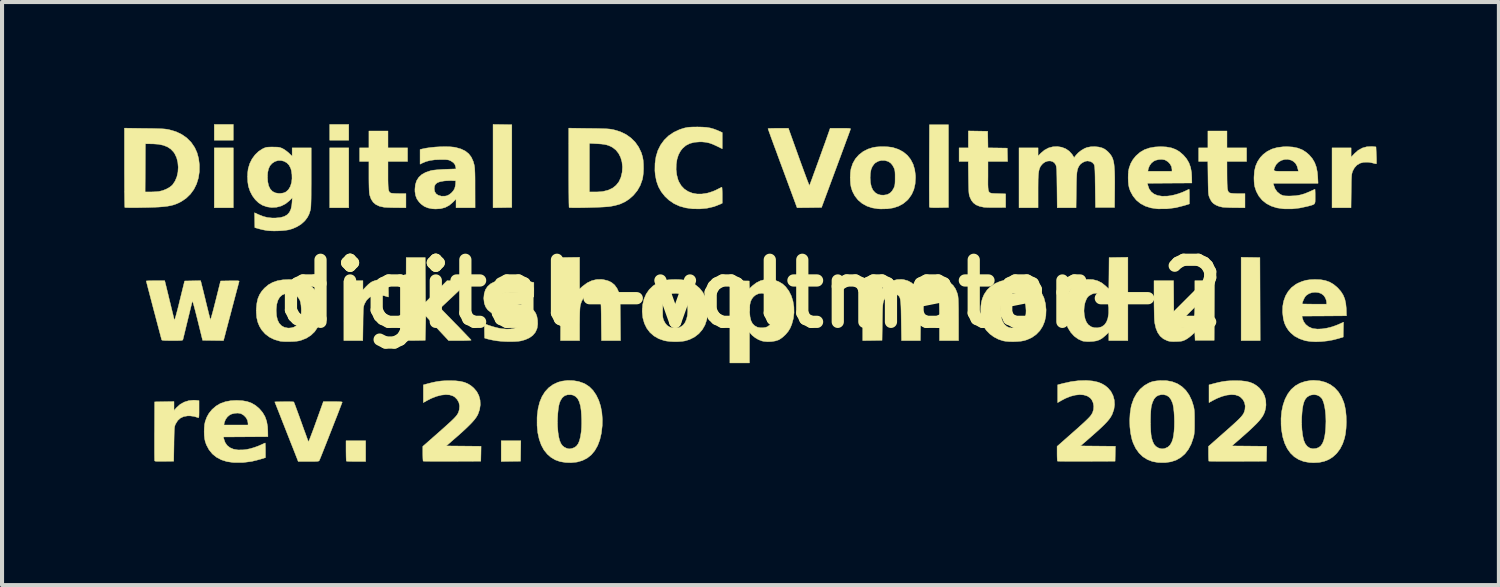
<source format=kicad_pcb>
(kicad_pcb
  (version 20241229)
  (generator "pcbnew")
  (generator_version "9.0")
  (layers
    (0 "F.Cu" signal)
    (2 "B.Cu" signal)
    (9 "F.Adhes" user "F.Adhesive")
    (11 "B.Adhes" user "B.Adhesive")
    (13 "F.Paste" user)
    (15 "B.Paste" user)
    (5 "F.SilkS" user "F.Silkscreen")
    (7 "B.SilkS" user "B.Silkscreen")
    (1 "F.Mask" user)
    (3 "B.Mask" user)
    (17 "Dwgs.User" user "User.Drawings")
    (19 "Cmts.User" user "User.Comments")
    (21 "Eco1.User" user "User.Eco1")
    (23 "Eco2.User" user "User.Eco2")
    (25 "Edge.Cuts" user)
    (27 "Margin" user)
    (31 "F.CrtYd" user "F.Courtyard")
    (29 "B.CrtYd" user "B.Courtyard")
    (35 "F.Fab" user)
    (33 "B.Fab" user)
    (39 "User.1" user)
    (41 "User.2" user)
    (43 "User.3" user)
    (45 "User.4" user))
  (footprint "digital-voltmeter-2"
    (layer "F.Cu")
    (at 15.379 4.163)
    (property "Reference" "digital-voltmeter-2" (at 0 0 0) (layer "F.SilkS") (effects (font (size 1.524 1.524) (thickness 0.3))))
    (attr exclude_from_pos_files exclude_from_bom)
    (fp_poly (pts (xy -12.7 -3.77) (xy -13.168 -3.77) (xy -13.168 -4.158) (xy -12.7 -4.158) (xy -12.7 -3.77)) (stroke (width 0.01) (type solid)) (fill yes) (layer "F.SilkS"))
    (fp_poly (pts (xy -12.7 -2.112) (xy -13.168 -2.112) (xy -13.168 -3.583) (xy -12.7 -3.583) (xy -12.7 -2.112)) (stroke (width 0.01) (type solid)) (fill yes) (layer "F.SilkS"))
    (fp_poly (pts (xy -9.866 -3.77) (xy -10.334 -3.77) (xy -10.334 -4.158) (xy -9.866 -4.158) (xy -9.866 -3.77)) (stroke (width 0.01) (type solid)) (fill yes) (layer "F.SilkS"))
    (fp_poly (pts (xy -9.866 -2.112) (xy -10.334 -2.112) (xy -10.334 -3.583) (xy -9.866 -3.583) (xy -9.866 -2.112)) (stroke (width 0.01) (type solid)) (fill yes) (layer "F.SilkS"))
    (fp_poly (pts (xy -5.648 4.111) (xy -5.885 4.114) (xy -6.123 4.118) (xy -6.123 3.609) (xy -5.641 3.609) (xy -5.648 4.111)) (stroke (width 0.01) (type solid)) (fill yes) (layer "F.SilkS"))
    (fp_poly (pts (xy 12.276 -0.893) (xy 12.506 -0.889) (xy 12.513 1.15) (xy 12.045 1.15) (xy 12.045 -0.896) (xy 12.276 -0.893)) (stroke (width 0.01) (type solid)) (fill yes) (layer "F.SilkS"))
    (fp_poly (pts (xy -6.093 -4.155) (xy -5.862 -4.151) (xy -5.862 -2.119) (xy -6.093 -2.115) (xy -6.323 -2.112) (xy -6.323 -4.158) (xy -6.093 -4.155)) (stroke (width 0.01) (type solid)) (fill yes) (layer "F.SilkS"))
    (fp_poly (pts (xy -9.451 4.117) (xy -9.683 4.117) (xy -9.759 4.117) (xy -9.826 4.116) (xy -9.879 4.114) (xy -9.913 4.111) (xy -9.924 4.109) (xy -9.927 4.093) (xy -9.929 4.055) (xy -9.931 3.999) (xy -9.932 3.93) (xy -9.933 3.855) (xy -9.933 3.609) (xy -9.451 3.609) (xy -9.451 4.117)) (stroke (width 0.01) (type solid)) (fill yes) (layer "F.SilkS"))
    (fp_poly (pts (xy 4.859 -2.119) (xy 4.629 -2.115) (xy 4.54 -2.114) (xy 4.475 -2.115) (xy 4.431 -2.117) (xy 4.404 -2.121) (xy 4.392 -2.127) (xy 4.391 -2.129) (xy 4.39 -2.144) (xy 4.389 -2.185) (xy 4.389 -2.248) (xy 4.388 -2.331) (xy 4.388 -2.433) (xy 4.387 -2.551) (xy 4.387 -2.682) (xy 4.387 -2.826) (xy 4.388 -2.98) (xy 4.388 -3.141) (xy 4.388 -3.148) (xy 4.392 -4.151) (xy 4.859 -4.151) (xy 4.859 -2.119)) (stroke (width 0.01) (type solid)) (fill yes) (layer "F.SilkS"))
    (fp_poly (pts (xy 15.284 -3.614) (xy 15.356 -3.606) (xy 15.365 -3.406) (xy 15.368 -3.335) (xy 15.369 -3.274) (xy 15.369 -3.227) (xy 15.368 -3.199) (xy 15.367 -3.194) (xy 15.351 -3.192) (xy 15.32 -3.198) (xy 15.303 -3.203) (xy 15.258 -3.215) (xy 15.201 -3.226) (xy 15.159 -3.231) (xy 15.054 -3.229) (xy 14.963 -3.205) (xy 14.886 -3.158) (xy 14.825 -3.09) (xy 14.784 -3.013) (xy 14.776 -2.989) (xy 14.769 -2.967) (xy 14.763 -2.941) (xy 14.759 -2.909) (xy 14.756 -2.867) (xy 14.753 -2.812) (xy 14.751 -2.741) (xy 14.75 -2.65) (xy 14.748 -2.536) (xy 14.748 -2.523) (xy 14.743 -2.112) (xy 14.277 -2.112) (xy 14.277 -3.583) (xy 14.745 -3.583) (xy 14.745 -3.354) (xy 14.827 -3.441) (xy 14.919 -3.523) (xy 15.021 -3.579) (xy 15.132 -3.61) (xy 15.252 -3.616) (xy 15.284 -3.614)) (stroke (width 0.01) (type solid)) (fill yes) (layer "F.SilkS"))
    (fp_poly (pts (xy -8.976 -0.352) (xy -8.907 -0.344) (xy -8.899 -0.236) (xy -8.895 -0.183) (xy -8.893 -0.124) (xy -8.891 -0.063) (xy -8.89 -0.006) (xy -8.89 0.04) (xy -8.891 0.071) (xy -8.893 0.08) (xy -8.907 0.076) (xy -8.939 0.067) (xy -8.981 0.053) (xy -9.091 0.03) (xy -9.193 0.029) (xy -9.285 0.051) (xy -9.364 0.094) (xy -9.428 0.158) (xy -9.476 0.242) (xy -9.479 0.249) (xy -9.488 0.272) (xy -9.495 0.295) (xy -9.501 0.321) (xy -9.505 0.353) (xy -9.508 0.395) (xy -9.51 0.45) (xy -9.512 0.521) (xy -9.514 0.612) (xy -9.515 0.726) (xy -9.515 0.739) (xy -9.521 1.15) (xy -9.986 1.15) (xy -9.986 -0.321) (xy -9.518 -0.321) (xy -9.518 -0.093) (xy -9.437 -0.18) (xy -9.381 -0.234) (xy -9.324 -0.278) (xy -9.287 -0.3) (xy -9.204 -0.33) (xy -9.109 -0.349) (xy -9.016 -0.355) (xy -8.976 -0.352)) (stroke (width 0.01) (type solid)) (fill yes) (layer "F.SilkS"))
    (fp_poly (pts (xy -8.903 -3.583) (xy -8.422 -3.583) (xy -8.422 -3.249) (xy -8.903 -3.249) (xy -8.903 -2.914) (xy -8.903 -2.797) (xy -8.901 -2.703) (xy -8.898 -2.63) (xy -8.893 -2.575) (xy -8.885 -2.536) (xy -8.874 -2.508) (xy -8.859 -2.49) (xy -8.84 -2.477) (xy -8.83 -2.473) (xy -8.803 -2.468) (xy -8.756 -2.464) (xy -8.696 -2.461) (xy -8.628 -2.46) (xy -8.462 -2.46) (xy -8.462 -2.112) (xy -8.7 -2.114) (xy -8.782 -2.115) (xy -8.86 -2.117) (xy -8.929 -2.12) (xy -8.981 -2.123) (xy -9.005 -2.126) (xy -9.113 -2.15) (xy -9.2 -2.191) (xy -9.267 -2.248) (xy -9.317 -2.325) (xy -9.351 -2.421) (xy -9.356 -2.444) (xy -9.361 -2.48) (xy -9.365 -2.54) (xy -9.368 -2.62) (xy -9.37 -2.718) (xy -9.371 -2.829) (xy -9.371 -2.882) (xy -9.371 -3.249) (xy -9.599 -3.249) (xy -9.599 -3.583) (xy -9.371 -3.583) (xy -9.371 -3.997) (xy -8.903 -3.997) (xy -8.903 -3.583)) (stroke (width 0.01) (type solid)) (fill yes) (layer "F.SilkS"))
    (fp_poly (pts (xy -7.984 -0.341) (xy -7.981 0.207) (xy -7.716 -0.057) (xy -7.452 -0.321) (xy -7.18 -0.318) (xy -6.908 -0.314) (xy -7.618 0.352) (xy -7.242 0.739) (xy -7.159 0.823) (xy -7.083 0.902) (xy -7.015 0.973) (xy -6.957 1.034) (xy -6.911 1.082) (xy -6.878 1.117) (xy -6.862 1.135) (xy -6.86 1.138) (xy -6.872 1.141) (xy -6.906 1.145) (xy -6.962 1.147) (xy -7.034 1.149) (xy -7.12 1.15) (xy -7.135 1.15) (xy -7.413 1.15) (xy -7.694 0.849) (xy -7.974 0.548) (xy -7.981 0.846) (xy -7.988 1.143) (xy -8.219 1.147) (xy -8.307 1.148) (xy -8.372 1.147) (xy -8.416 1.145) (xy -8.443 1.141) (xy -8.455 1.135) (xy -8.456 1.133) (xy -8.457 1.117) (xy -8.458 1.077) (xy -8.459 1.014) (xy -8.459 0.931) (xy -8.46 0.829) (xy -8.46 0.711) (xy -8.46 0.579) (xy -8.46 0.436) (xy -8.459 0.282) (xy -8.459 0.121) (xy -8.459 0.114) (xy -8.456 -0.889) (xy -7.988 -0.889) (xy -7.984 -0.341)) (stroke (width 0.01) (type solid)) (fill yes) (layer "F.SilkS"))
    (fp_poly (pts (xy 5.585 -3.994) (xy 5.822 -3.99) (xy 5.826 -3.787) (xy 5.829 -3.583) (xy 6.066 -3.58) (xy 6.303 -3.576) (xy 6.307 -3.412) (xy 6.311 -3.249) (xy 5.829 -3.249) (xy 5.829 -2.889) (xy 5.828 -2.772) (xy 5.828 -2.678) (xy 5.831 -2.606) (xy 5.836 -2.553) (xy 5.847 -2.514) (xy 5.865 -2.489) (xy 5.891 -2.474) (xy 5.927 -2.466) (xy 5.974 -2.463) (xy 6.034 -2.461) (xy 6.071 -2.46) (xy 6.263 -2.453) (xy 6.263 -2.119) (xy 6.029 -2.117) (xy 5.947 -2.117) (xy 5.869 -2.118) (xy 5.801 -2.12) (xy 5.75 -2.123) (xy 5.727 -2.125) (xy 5.621 -2.148) (xy 5.538 -2.182) (xy 5.472 -2.231) (xy 5.421 -2.296) (xy 5.384 -2.376) (xy 5.376 -2.4) (xy 5.369 -2.425) (xy 5.364 -2.455) (xy 5.36 -2.492) (xy 5.357 -2.54) (xy 5.355 -2.604) (xy 5.353 -2.685) (xy 5.351 -2.788) (xy 5.35 -2.851) (xy 5.345 -3.249) (xy 5.12 -3.249) (xy 5.12 -3.583) (xy 5.347 -3.583) (xy 5.347 -3.998) (xy 5.585 -3.994)) (stroke (width 0.01) (type solid)) (fill yes) (layer "F.SilkS"))
    (fp_poly (pts (xy 11.697 -3.583) (xy 12.179 -3.583) (xy 12.179 -3.249) (xy 11.697 -3.249) (xy 11.698 -2.918) (xy 11.699 -2.801) (xy 11.701 -2.707) (xy 11.704 -2.635) (xy 11.709 -2.58) (xy 11.717 -2.54) (xy 11.728 -2.512) (xy 11.742 -2.493) (xy 11.759 -2.48) (xy 11.764 -2.477) (xy 11.796 -2.469) (xy 11.853 -2.463) (xy 11.933 -2.46) (xy 11.968 -2.46) (xy 12.139 -2.46) (xy 12.139 -2.112) (xy 11.901 -2.114) (xy 11.817 -2.115) (xy 11.737 -2.117) (xy 11.666 -2.121) (xy 11.61 -2.124) (xy 11.584 -2.127) (xy 11.504 -2.146) (xy 11.428 -2.177) (xy 11.366 -2.216) (xy 11.329 -2.253) (xy 11.303 -2.292) (xy 11.277 -2.342) (xy 11.266 -2.369) (xy 11.257 -2.391) (xy 11.251 -2.413) (xy 11.246 -2.44) (xy 11.242 -2.474) (xy 11.239 -2.519) (xy 11.237 -2.578) (xy 11.235 -2.654) (xy 11.233 -2.752) (xy 11.232 -2.844) (xy 11.227 -3.249) (xy 11.002 -3.249) (xy 11.002 -3.583) (xy 11.229 -3.583) (xy 11.229 -3.997) (xy 11.697 -3.997) (xy 11.697 -3.583)) (stroke (width 0.01) (type solid)) (fill yes) (layer "F.SilkS"))
    (fp_poly (pts (xy -13.616 2.616) (xy -13.542 2.624) (xy -13.542 2.837) (xy -13.542 2.917) (xy -13.543 2.974) (xy -13.545 3.011) (xy -13.549 3.033) (xy -13.554 3.042) (xy -13.562 3.043) (xy -13.566 3.041) (xy -13.659 3.012) (xy -13.758 2.998) (xy -13.823 2.998) (xy -13.92 3.015) (xy -14 3.053) (xy -14.065 3.112) (xy -14.116 3.194) (xy -14.12 3.202) (xy -14.128 3.221) (xy -14.135 3.241) (xy -14.141 3.264) (xy -14.145 3.294) (xy -14.148 3.334) (xy -14.151 3.386) (xy -14.153 3.455) (xy -14.155 3.543) (xy -14.157 3.654) (xy -14.157 3.69) (xy -14.164 4.111) (xy -14.395 4.114) (xy -14.483 4.115) (xy -14.548 4.115) (xy -14.593 4.113) (xy -14.619 4.109) (xy -14.631 4.103) (xy -14.632 4.101) (xy -14.633 4.085) (xy -14.634 4.044) (xy -14.635 3.982) (xy -14.636 3.901) (xy -14.636 3.803) (xy -14.636 3.691) (xy -14.636 3.567) (xy -14.636 3.434) (xy -14.635 3.369) (xy -14.632 2.654) (xy -14.394 2.65) (xy -14.157 2.646) (xy -14.157 2.866) (xy -14.09 2.791) (xy -14.004 2.714) (xy -13.904 2.659) (xy -13.792 2.624) (xy -13.673 2.613) (xy -13.616 2.616)) (stroke (width 0.01) (type solid)) (fill yes) (layer "F.SilkS"))
    (fp_poly (pts (xy -4.198 -0.118) (xy -4.121 -0.187) (xy -4.014 -0.266) (xy -3.9 -0.321) (xy -3.782 -0.35) (xy -3.659 -0.353) (xy -3.613 -0.347) (xy -3.503 -0.32) (xy -3.413 -0.277) (xy -3.338 -0.215) (xy -3.278 -0.131) (xy -3.232 -0.03) (xy -3.224 -0.01) (xy -3.219 0.011) (xy -3.214 0.034) (xy -3.21 0.064) (xy -3.207 0.102) (xy -3.205 0.152) (xy -3.203 0.216) (xy -3.201 0.296) (xy -3.2 0.397) (xy -3.199 0.52) (xy -3.198 0.598) (xy -3.193 1.15) (xy -3.66 1.15) (xy -3.666 0.658) (xy -3.667 0.521) (xy -3.669 0.409) (xy -3.671 0.317) (xy -3.675 0.245) (xy -3.679 0.188) (xy -3.686 0.145) (xy -3.695 0.113) (xy -3.706 0.089) (xy -3.72 0.07) (xy -3.738 0.054) (xy -3.756 0.04) (xy -3.818 0.012) (xy -3.889 0.003) (xy -3.963 0.012) (xy -4.032 0.04) (xy -4.064 0.062) (xy -4.11 0.115) (xy -4.149 0.187) (xy -4.177 0.271) (xy -4.183 0.3) (xy -4.187 0.336) (xy -4.191 0.395) (xy -4.194 0.473) (xy -4.196 0.565) (xy -4.197 0.669) (xy -4.198 0.764) (xy -4.198 1.15) (xy -4.666 1.15) (xy -4.659 -0.889) (xy -4.428 -0.893) (xy -4.198 -0.896) (xy -4.198 -0.118)) (stroke (width 0.01) (type solid)) (fill yes) (layer "F.SilkS"))
    (fp_poly (pts (xy 10.39 0.177) (xy 10.391 0.306) (xy 10.392 0.411) (xy 10.393 0.495) (xy 10.395 0.561) (xy 10.397 0.61) (xy 10.4 0.647) (xy 10.404 0.674) (xy 10.408 0.694) (xy 10.414 0.709) (xy 10.421 0.722) (xy 10.465 0.773) (xy 10.526 0.808) (xy 10.595 0.823) (xy 10.633 0.822) (xy 10.703 0.807) (xy 10.758 0.78) (xy 10.809 0.733) (xy 10.819 0.722) (xy 10.842 0.693) (xy 10.861 0.663) (xy 10.876 0.63) (xy 10.887 0.59) (xy 10.896 0.541) (xy 10.902 0.479) (xy 10.905 0.401) (xy 10.908 0.305) (xy 10.908 0.186) (xy 10.909 0.096) (xy 10.909 -0.321) (xy 11.39 -0.321) (xy 11.383 1.143) (xy 10.915 1.143) (xy 10.911 1.045) (xy 10.907 0.947) (xy 10.828 1.021) (xy 10.778 1.062) (xy 10.722 1.102) (xy 10.672 1.131) (xy 10.672 1.131) (xy 10.633 1.148) (xy 10.597 1.16) (xy 10.556 1.167) (xy 10.501 1.171) (xy 10.447 1.173) (xy 10.373 1.174) (xy 10.317 1.171) (xy 10.273 1.164) (xy 10.233 1.153) (xy 10.231 1.152) (xy 10.136 1.106) (xy 10.058 1.04) (xy 9.997 0.954) (xy 9.953 0.847) (xy 9.924 0.72) (xy 9.92 0.685) (xy 9.916 0.643) (xy 9.913 0.578) (xy 9.911 0.495) (xy 9.909 0.398) (xy 9.907 0.292) (xy 9.906 0.18) (xy 9.906 0.124) (xy 9.906 -0.321) (xy 10.386 -0.321) (xy 10.39 0.177)) (stroke (width 0.01) (type solid)) (fill yes) (layer "F.SilkS"))
    (fp_poly (pts (xy 2.296 -4.064) (xy 2.361 -4.063) (xy 2.406 -4.062) (xy 2.434 -4.059) (xy 2.45 -4.055) (xy 2.455 -4.049) (xy 2.454 -4.041) (xy 2.448 -4.025) (xy 2.434 -3.985) (xy 2.412 -3.925) (xy 2.383 -3.846) (xy 2.347 -3.75) (xy 2.306 -3.638) (xy 2.26 -3.514) (xy 2.21 -3.378) (xy 2.156 -3.233) (xy 2.1 -3.081) (xy 2.095 -3.068) (xy 1.743 -2.119) (xy 1.443 -2.115) (xy 1.142 -2.112) (xy 0.785 -3.078) (xy 0.728 -3.231) (xy 0.674 -3.378) (xy 0.624 -3.515) (xy 0.577 -3.64) (xy 0.536 -3.753) (xy 0.5 -3.851) (xy 0.471 -3.932) (xy 0.449 -3.994) (xy 0.434 -4.035) (xy 0.428 -4.053) (xy 0.428 -4.054) (xy 0.44 -4.057) (xy 0.476 -4.06) (xy 0.529 -4.062) (xy 0.598 -4.063) (xy 0.676 -4.064) (xy 0.678 -4.064) (xy 0.929 -4.064) (xy 1.183 -3.356) (xy 1.23 -3.225) (xy 1.275 -3.103) (xy 1.316 -2.991) (xy 1.353 -2.891) (xy 1.385 -2.806) (xy 1.411 -2.739) (xy 1.43 -2.69) (xy 1.442 -2.663) (xy 1.446 -2.658) (xy 1.452 -2.671) (xy 1.465 -2.707) (xy 1.486 -2.763) (xy 1.513 -2.835) (xy 1.544 -2.922) (xy 1.58 -3.02) (xy 1.619 -3.127) (xy 1.66 -3.24) (xy 1.702 -3.357) (xy 1.744 -3.473) (xy 1.785 -3.588) (xy 1.825 -3.697) (xy 1.861 -3.799) (xy 1.893 -3.89) (xy 1.921 -3.969) (xy 1.934 -4.007) (xy 1.954 -4.064) (xy 2.208 -4.064) (xy 2.296 -4.064)) (stroke (width 0.01) (type solid)) (fill yes) (layer "F.SilkS"))
    (fp_poly (pts (xy -10.174 2.648) (xy -10.106 2.65) (xy -10.057 2.653) (xy -10.03 2.657) (xy -10.026 2.66) (xy -10.031 2.674) (xy -10.045 2.711) (xy -10.066 2.766) (xy -10.094 2.839) (xy -10.127 2.926) (xy -10.165 3.024) (xy -10.207 3.13) (xy -10.251 3.242) (xy -10.296 3.358) (xy -10.342 3.474) (xy -10.386 3.587) (xy -10.429 3.696) (xy -10.469 3.797) (xy -10.505 3.888) (xy -10.536 3.965) (xy -10.561 4.027) (xy -10.579 4.07) (xy -10.588 4.091) (xy -10.589 4.093) (xy -10.595 4.101) (xy -10.607 4.108) (xy -10.626 4.112) (xy -10.658 4.115) (xy -10.706 4.117) (xy -10.774 4.117) (xy -10.854 4.117) (xy -11.107 4.117) (xy -11.234 3.793) (xy -11.274 3.693) (xy -11.32 3.576) (xy -11.371 3.447) (xy -11.423 3.314) (xy -11.474 3.185) (xy -11.521 3.065) (xy -11.522 3.061) (xy -11.683 2.654) (xy -11.454 2.65) (xy -11.378 2.649) (xy -11.312 2.65) (xy -11.259 2.652) (xy -11.226 2.654) (xy -11.215 2.657) (xy -11.209 2.671) (xy -11.194 2.708) (xy -11.173 2.764) (xy -11.146 2.838) (xy -11.114 2.925) (xy -11.078 3.023) (xy -11.04 3.129) (xy -11.035 3.142) (xy -10.997 3.249) (xy -10.961 3.349) (xy -10.928 3.438) (xy -10.901 3.513) (xy -10.879 3.573) (xy -10.864 3.613) (xy -10.857 3.632) (xy -10.857 3.632) (xy -10.85 3.624) (xy -10.836 3.592) (xy -10.815 3.541) (xy -10.789 3.472) (xy -10.757 3.388) (xy -10.721 3.292) (xy -10.683 3.186) (xy -10.669 3.148) (xy -10.489 2.647) (xy -10.258 2.647) (xy -10.174 2.648)) (stroke (width 0.01) (type solid)) (fill yes) (layer "F.SilkS"))
    (fp_poly (pts (xy 8.262 2.13) (xy 8.398 2.142) (xy 8.513 2.166) (xy 8.611 2.201) (xy 8.698 2.25) (xy 8.776 2.314) (xy 8.849 2.4) (xy 8.9 2.5) (xy 8.93 2.609) (xy 8.937 2.723) (xy 8.921 2.839) (xy 8.881 2.953) (xy 8.879 2.959) (xy 8.856 3.002) (xy 8.83 3.045) (xy 8.797 3.09) (xy 8.755 3.139) (xy 8.704 3.193) (xy 8.641 3.256) (xy 8.564 3.328) (xy 8.471 3.412) (xy 8.361 3.509) (xy 8.271 3.588) (xy 8.1 3.736) (xy 8.529 3.74) (xy 8.958 3.744) (xy 8.954 3.927) (xy 8.95 4.111) (xy 8.247 4.114) (xy 8.113 4.115) (xy 7.986 4.115) (xy 7.87 4.115) (xy 7.768 4.114) (xy 7.681 4.113) (xy 7.612 4.112) (xy 7.563 4.111) (xy 7.538 4.109) (xy 7.535 4.109) (xy 7.532 4.093) (xy 7.529 4.055) (xy 7.527 4.001) (xy 7.526 3.937) (xy 7.526 3.923) (xy 7.526 3.747) (xy 7.9 3.417) (xy 8.009 3.321) (xy 8.099 3.24) (xy 8.173 3.173) (xy 8.232 3.118) (xy 8.279 3.072) (xy 8.316 3.034) (xy 8.344 3.002) (xy 8.365 2.973) (xy 8.382 2.946) (xy 8.397 2.919) (xy 8.397 2.918) (xy 8.421 2.841) (xy 8.426 2.759) (xy 8.412 2.679) (xy 8.38 2.607) (xy 8.34 2.558) (xy 8.269 2.511) (xy 8.182 2.484) (xy 8.083 2.476) (xy 7.973 2.488) (xy 7.855 2.518) (xy 7.731 2.568) (xy 7.619 2.627) (xy 7.54 2.673) (xy 7.54 2.236) (xy 7.67 2.202) (xy 7.868 2.158) (xy 8.058 2.134) (xy 8.237 2.129) (xy 8.262 2.13)) (stroke (width 0.01) (type solid)) (fill yes) (layer "F.SilkS"))
    (fp_poly (pts (xy -7.244 2.137) (xy -7.13 2.15) (xy -7.033 2.172) (xy -6.948 2.206) (xy -6.872 2.252) (xy -6.799 2.313) (xy -6.796 2.316) (xy -6.722 2.403) (xy -6.671 2.502) (xy -6.642 2.611) (xy -6.636 2.725) (xy -6.653 2.842) (xy -6.693 2.957) (xy -6.708 2.986) (xy -6.739 3.037) (xy -6.782 3.094) (xy -6.839 3.159) (xy -6.912 3.234) (xy -7.001 3.32) (xy -7.109 3.419) (xy -7.237 3.532) (xy -7.242 3.536) (xy -7.472 3.736) (xy -7.045 3.74) (xy -6.617 3.744) (xy -6.62 3.927) (xy -6.624 4.111) (xy -7.327 4.114) (xy -7.462 4.115) (xy -7.588 4.115) (xy -7.704 4.115) (xy -7.807 4.114) (xy -7.894 4.113) (xy -7.963 4.112) (xy -8.011 4.111) (xy -8.036 4.109) (xy -8.039 4.109) (xy -8.042 4.093) (xy -8.045 4.055) (xy -8.047 4.001) (xy -8.048 3.937) (xy -8.048 3.923) (xy -8.048 3.747) (xy -7.683 3.426) (xy -7.57 3.326) (xy -7.475 3.241) (xy -7.397 3.17) (xy -7.333 3.111) (xy -7.283 3.062) (xy -7.244 3.02) (xy -7.214 2.984) (xy -7.193 2.952) (xy -7.177 2.922) (xy -7.166 2.892) (xy -7.157 2.86) (xy -7.152 2.84) (xy -7.145 2.754) (xy -7.162 2.671) (xy -7.202 2.598) (xy -7.26 2.538) (xy -7.303 2.511) (xy -7.386 2.483) (xy -7.484 2.476) (xy -7.594 2.488) (xy -7.714 2.519) (xy -7.841 2.569) (xy -7.958 2.629) (xy -8.034 2.672) (xy -8.034 2.237) (xy -7.931 2.209) (xy -7.809 2.178) (xy -7.701 2.156) (xy -7.599 2.142) (xy -7.492 2.135) (xy -7.379 2.133) (xy -7.244 2.137)) (stroke (width 0.01) (type solid)) (fill yes) (layer "F.SilkS"))
    (fp_poly (pts (xy -1.187 -4.093) (xy -1.083 -4.086) (xy -0.992 -4.071) (xy -0.906 -4.047) (xy -0.818 -4.014) (xy -0.78 -3.997) (xy -0.695 -3.959) (xy -0.695 -3.56) (xy -0.826 -3.625) (xy -0.924 -3.67) (xy -1.011 -3.701) (xy -1.095 -3.72) (xy -1.186 -3.729) (xy -1.246 -3.73) (xy -1.377 -3.72) (xy -1.49 -3.691) (xy -1.587 -3.642) (xy -1.668 -3.572) (xy -1.717 -3.511) (xy -1.77 -3.414) (xy -1.806 -3.3) (xy -1.825 -3.176) (xy -1.828 -3.048) (xy -1.813 -2.921) (xy -1.781 -2.8) (xy -1.759 -2.747) (xy -1.701 -2.65) (xy -1.626 -2.572) (xy -1.535 -2.512) (xy -1.431 -2.471) (xy -1.316 -2.45) (xy -1.193 -2.45) (xy -1.064 -2.47) (xy -0.931 -2.511) (xy -0.842 -2.55) (xy -0.789 -2.577) (xy -0.745 -2.599) (xy -0.715 -2.613) (xy -0.705 -2.618) (xy -0.702 -2.607) (xy -0.699 -2.574) (xy -0.697 -2.523) (xy -0.695 -2.459) (xy -0.695 -2.423) (xy -0.695 -2.224) (xy -0.745 -2.2) (xy -0.899 -2.14) (xy -1.068 -2.101) (xy -1.248 -2.084) (xy -1.424 -2.087) (xy -1.593 -2.11) (xy -1.744 -2.152) (xy -1.881 -2.215) (xy -2.005 -2.3) (xy -2.101 -2.39) (xy -2.192 -2.504) (xy -2.262 -2.629) (xy -2.311 -2.768) (xy -2.34 -2.922) (xy -2.349 -3.021) (xy -2.346 -3.2) (xy -2.322 -3.366) (xy -2.276 -3.518) (xy -2.208 -3.654) (xy -2.12 -3.775) (xy -2.013 -3.879) (xy -1.886 -3.965) (xy -1.74 -4.033) (xy -1.637 -4.066) (xy -1.59 -4.077) (xy -1.543 -4.086) (xy -1.491 -4.091) (xy -1.426 -4.094) (xy -1.343 -4.095) (xy -1.31 -4.096) (xy -1.187 -4.093)) (stroke (width 0.01) (type solid)) (fill yes) (layer "F.SilkS"))
    (fp_poly (pts (xy 9.264 1.15) (xy 8.796 1.15) (xy 8.796 0.945) (xy 8.717 1.021) (xy 8.643 1.084) (xy 8.572 1.128) (xy 8.496 1.155) (xy 8.407 1.169) (xy 8.342 1.172) (xy 8.249 1.172) (xy 8.179 1.166) (xy 8.145 1.158) (xy 8.041 1.11) (xy 7.946 1.04) (xy 7.863 0.949) (xy 7.795 0.841) (xy 7.744 0.719) (xy 7.719 0.628) (xy 7.705 0.526) (xy 7.701 0.421) (xy 8.186 0.421) (xy 8.194 0.521) (xy 8.214 0.615) (xy 8.246 0.696) (xy 8.291 0.759) (xy 8.299 0.766) (xy 8.364 0.811) (xy 8.442 0.834) (xy 8.525 0.836) (xy 8.606 0.816) (xy 8.632 0.804) (xy 8.693 0.759) (xy 8.739 0.693) (xy 8.772 0.606) (xy 8.79 0.496) (xy 8.792 0.468) (xy 8.792 0.341) (xy 8.776 0.232) (xy 8.743 0.142) (xy 8.695 0.072) (xy 8.631 0.023) (xy 8.552 -0.004) (xy 8.514 -0.009) (xy 8.462 -0.012) (xy 8.423 -0.007) (xy 8.384 0.008) (xy 8.355 0.023) (xy 8.308 0.051) (xy 8.276 0.082) (xy 8.249 0.126) (xy 8.245 0.134) (xy 8.211 0.222) (xy 8.192 0.32) (xy 8.186 0.421) (xy 7.701 0.421) (xy 7.701 0.412) (xy 7.708 0.295) (xy 7.724 0.186) (xy 7.745 0.103) (xy 7.8 -0.024) (xy 7.87 -0.132) (xy 7.955 -0.22) (xy 8.052 -0.287) (xy 8.159 -0.332) (xy 8.275 -0.353) (xy 8.397 -0.349) (xy 8.401 -0.349) (xy 8.516 -0.32) (xy 8.62 -0.269) (xy 8.716 -0.193) (xy 8.716 -0.193) (xy 8.796 -0.117) (xy 8.8 -0.503) (xy 8.803 -0.889) (xy 9.034 -0.893) (xy 9.264 -0.896) (xy 9.264 1.15)) (stroke (width 0.01) (type solid)) (fill yes) (layer "F.SilkS"))
    (fp_poly (pts (xy 12.047 2.137) (xy 12.16 2.15) (xy 12.258 2.172) (xy 12.342 2.206) (xy 12.419 2.252) (xy 12.492 2.313) (xy 12.495 2.316) (xy 12.568 2.403) (xy 12.62 2.504) (xy 12.649 2.615) (xy 12.655 2.732) (xy 12.647 2.801) (xy 12.636 2.855) (xy 12.621 2.906) (xy 12.6 2.956) (xy 12.573 3.006) (xy 12.536 3.059) (xy 12.49 3.117) (xy 12.431 3.181) (xy 12.359 3.252) (xy 12.273 3.334) (xy 12.169 3.428) (xy 12.048 3.535) (xy 11.947 3.623) (xy 11.817 3.736) (xy 12.245 3.74) (xy 12.674 3.744) (xy 12.67 3.927) (xy 12.667 4.111) (xy 11.964 4.114) (xy 11.829 4.115) (xy 11.703 4.115) (xy 11.587 4.115) (xy 11.484 4.114) (xy 11.397 4.113) (xy 11.328 4.112) (xy 11.28 4.111) (xy 11.255 4.109) (xy 11.252 4.109) (xy 11.249 4.093) (xy 11.246 4.055) (xy 11.244 4.001) (xy 11.243 3.937) (xy 11.243 3.923) (xy 11.243 3.747) (xy 11.61 3.423) (xy 11.724 3.323) (xy 11.819 3.238) (xy 11.897 3.167) (xy 11.96 3.108) (xy 12.011 3.058) (xy 12.05 3.015) (xy 12.079 2.979) (xy 12.101 2.946) (xy 12.116 2.915) (xy 12.127 2.884) (xy 12.136 2.85) (xy 12.139 2.84) (xy 12.145 2.754) (xy 12.128 2.671) (xy 12.089 2.598) (xy 12.03 2.538) (xy 11.988 2.511) (xy 11.905 2.483) (xy 11.807 2.476) (xy 11.697 2.488) (xy 11.577 2.519) (xy 11.45 2.569) (xy 11.333 2.629) (xy 11.256 2.672) (xy 11.256 2.237) (xy 11.36 2.209) (xy 11.482 2.178) (xy 11.589 2.156) (xy 11.692 2.142) (xy 11.799 2.135) (xy 11.911 2.133) (xy 12.047 2.137)) (stroke (width 0.01) (type solid)) (fill yes) (layer "F.SilkS"))
    (fp_poly (pts (xy 0.581 -0.338) (xy 0.689 -0.299) (xy 0.789 -0.239) (xy 0.861 -0.173) (xy 0.939 -0.069) (xy 1 0.051) (xy 1.041 0.182) (xy 1.064 0.322) (xy 1.067 0.466) (xy 1.05 0.609) (xy 1.012 0.748) (xy 0.973 0.842) (xy 0.925 0.922) (xy 0.861 0.999) (xy 0.787 1.067) (xy 0.712 1.12) (xy 0.686 1.133) (xy 0.609 1.158) (xy 0.518 1.173) (xy 0.42 1.177) (xy 0.327 1.169) (xy 0.273 1.157) (xy 0.192 1.125) (xy 0.112 1.078) (xy 0.043 1.023) (xy 0.013 0.991) (xy -0.027 0.943) (xy -0.027 1.698) (xy -0.508 1.698) (xy -0.508 0.371) (xy -0.025 0.371) (xy -0.024 0.45) (xy -0.013 0.565) (xy 0.009 0.657) (xy 0.045 0.729) (xy 0.096 0.782) (xy 0.161 0.818) (xy 0.175 0.823) (xy 0.236 0.834) (xy 0.305 0.835) (xy 0.37 0.825) (xy 0.412 0.81) (xy 0.467 0.77) (xy 0.512 0.71) (xy 0.537 0.662) (xy 0.55 0.632) (xy 0.559 0.602) (xy 0.564 0.568) (xy 0.567 0.521) (xy 0.568 0.458) (xy 0.568 0.408) (xy 0.567 0.331) (xy 0.566 0.276) (xy 0.562 0.235) (xy 0.556 0.204) (xy 0.546 0.177) (xy 0.536 0.157) (xy 0.488 0.084) (xy 0.425 0.031) (xy 0.354 -0.002) (xy 0.277 -0.014) (xy 0.201 -0.005) (xy 0.127 0.028) (xy 0.072 0.073) (xy 0.029 0.129) (xy -0.001 0.194) (xy -0.018 0.274) (xy -0.025 0.371) (xy -0.508 0.371) (xy -0.508 -0.321) (xy -0.271 -0.318) (xy -0.033 -0.314) (xy -0.03 -0.22) (xy -0.026 -0.127) (xy 0.045 -0.195) (xy 0.139 -0.268) (xy 0.243 -0.32) (xy 0.354 -0.348) (xy 0.468 -0.354) (xy 0.581 -0.338)) (stroke (width 0.01) (type solid)) (fill yes) (layer "F.SilkS"))
    (fp_poly (pts (xy -12.479 2.625) (xy -12.357 2.647) (xy -12.25 2.686) (xy -12.153 2.743) (xy -12.063 2.82) (xy -12.06 2.823) (xy -11.981 2.916) (xy -11.922 3.017) (xy -11.882 3.13) (xy -11.859 3.259) (xy -11.853 3.369) (xy -11.851 3.509) (xy -12.943 3.516) (xy -12.934 3.559) (xy -12.902 3.651) (xy -12.852 3.724) (xy -12.782 3.779) (xy -12.694 3.816) (xy -12.587 3.834) (xy -12.464 3.833) (xy -12.379 3.823) (xy -12.288 3.804) (xy -12.186 3.774) (xy -12.086 3.738) (xy -12.002 3.701) (xy -11.961 3.682) (xy -11.931 3.668) (xy -11.918 3.663) (xy -11.916 3.676) (xy -11.914 3.71) (xy -11.912 3.761) (xy -11.911 3.825) (xy -11.911 3.843) (xy -11.911 4.023) (xy -12.035 4.062) (xy -12.247 4.116) (xy -12.46 4.143) (xy -12.675 4.144) (xy -12.707 4.142) (xy -12.858 4.12) (xy -12.994 4.077) (xy -13.113 4.014) (xy -13.214 3.932) (xy -13.297 3.83) (xy -13.361 3.71) (xy -13.39 3.629) (xy -13.404 3.562) (xy -13.413 3.478) (xy -13.416 3.385) (xy -13.413 3.291) (xy -13.406 3.222) (xy -12.931 3.222) (xy -12.339 3.222) (xy -12.339 3.178) (xy -12.352 3.108) (xy -12.387 3.042) (xy -12.44 2.986) (xy -12.504 2.947) (xy -12.521 2.941) (xy -12.588 2.929) (xy -12.664 2.934) (xy -12.739 2.952) (xy -12.787 2.974) (xy -12.844 3.021) (xy -12.891 3.085) (xy -12.919 3.157) (xy -12.923 3.174) (xy -12.931 3.222) (xy -13.406 3.222) (xy -13.405 3.206) (xy -13.391 3.138) (xy -13.39 3.135) (xy -13.35 3.027) (xy -13.298 2.935) (xy -13.228 2.849) (xy -13.219 2.839) (xy -13.124 2.757) (xy -13.018 2.694) (xy -12.897 2.651) (xy -12.76 2.625) (xy -12.62 2.618) (xy -12.479 2.625)) (stroke (width 0.01) (type solid)) (fill yes) (layer "F.SilkS"))
    (fp_poly (pts (xy -11.184 -0.343) (xy -11.057 -0.321) (xy -10.946 -0.283) (xy -10.846 -0.228) (xy -10.755 -0.155) (xy -10.74 -0.14) (xy -10.656 -0.039) (xy -10.594 0.077) (xy -10.554 0.208) (xy -10.536 0.355) (xy -10.535 0.407) (xy -10.546 0.561) (xy -10.578 0.701) (xy -10.631 0.824) (xy -10.703 0.931) (xy -10.796 1.02) (xy -10.907 1.091) (xy -11.037 1.142) (xy -11.083 1.155) (xy -11.139 1.164) (xy -11.212 1.171) (xy -11.297 1.174) (xy -11.383 1.175) (xy -11.464 1.173) (xy -11.532 1.167) (xy -11.557 1.163) (xy -11.692 1.124) (xy -11.812 1.065) (xy -11.917 0.986) (xy -12.002 0.89) (xy -12.057 0.8) (xy -12.1 0.696) (xy -12.126 0.584) (xy -12.136 0.459) (xy -12.136 0.415) (xy -11.647 0.415) (xy -11.639 0.539) (xy -11.615 0.642) (xy -11.575 0.723) (xy -11.519 0.784) (xy -11.449 0.823) (xy -11.363 0.841) (xy -11.336 0.842) (xy -11.275 0.836) (xy -11.218 0.821) (xy -11.208 0.817) (xy -11.142 0.774) (xy -11.091 0.713) (xy -11.056 0.633) (xy -11.036 0.533) (xy -11.031 0.411) (xy -11.032 0.372) (xy -11.038 0.285) (xy -11.048 0.218) (xy -11.064 0.165) (xy -11.089 0.119) (xy -11.124 0.074) (xy -11.126 0.072) (xy -11.176 0.026) (xy -11.232 -0.001) (xy -11.303 -0.012) (xy -11.337 -0.013) (xy -11.427 -0.002) (xy -11.502 0.03) (xy -11.562 0.085) (xy -11.605 0.16) (xy -11.634 0.258) (xy -11.646 0.377) (xy -11.647 0.415) (xy -12.136 0.415) (xy -12.135 0.362) (xy -12.122 0.231) (xy -12.097 0.119) (xy -12.056 0.021) (xy -11.998 -0.068) (xy -11.933 -0.141) (xy -11.84 -0.22) (xy -11.735 -0.279) (xy -11.616 -0.32) (xy -11.481 -0.343) (xy -11.33 -0.35) (xy -11.184 -0.343)) (stroke (width 0.01) (type solid)) (fill yes) (layer "F.SilkS"))
    (fp_poly (pts (xy 10.207 -3.605) (xy 10.329 -3.583) (xy 10.436 -3.544) (xy 10.533 -3.487) (xy 10.623 -3.409) (xy 10.626 -3.407) (xy 10.705 -3.314) (xy 10.764 -3.214) (xy 10.804 -3.103) (xy 10.827 -2.976) (xy 10.833 -2.862) (xy 10.835 -2.72) (xy 10.289 -2.717) (xy 9.744 -2.713) (xy 9.753 -2.67) (xy 9.784 -2.579) (xy 9.835 -2.505) (xy 9.905 -2.45) (xy 9.994 -2.413) (xy 10.1 -2.396) (xy 10.224 -2.397) (xy 10.307 -2.407) (xy 10.399 -2.426) (xy 10.501 -2.455) (xy 10.601 -2.491) (xy 10.684 -2.528) (xy 10.725 -2.548) (xy 10.755 -2.562) (xy 10.768 -2.567) (xy 10.77 -2.554) (xy 10.773 -2.52) (xy 10.774 -2.468) (xy 10.775 -2.405) (xy 10.775 -2.387) (xy 10.775 -2.207) (xy 10.651 -2.168) (xy 10.439 -2.114) (xy 10.226 -2.087) (xy 10.01 -2.085) (xy 9.98 -2.087) (xy 9.829 -2.109) (xy 9.694 -2.152) (xy 9.575 -2.215) (xy 9.473 -2.298) (xy 9.39 -2.4) (xy 9.325 -2.519) (xy 9.296 -2.601) (xy 9.282 -2.668) (xy 9.274 -2.752) (xy 9.271 -2.845) (xy 9.273 -2.939) (xy 9.28 -3.008) (xy 9.755 -3.008) (xy 10.347 -3.008) (xy 10.347 -3.055) (xy 10.335 -3.123) (xy 10.3 -3.187) (xy 10.249 -3.242) (xy 10.185 -3.281) (xy 10.165 -3.289) (xy 10.098 -3.3) (xy 10.022 -3.296) (xy 9.947 -3.278) (xy 9.9 -3.256) (xy 9.842 -3.209) (xy 9.795 -3.144) (xy 9.767 -3.073) (xy 9.763 -3.056) (xy 9.755 -3.008) (xy 9.28 -3.008) (xy 9.281 -3.024) (xy 9.295 -3.091) (xy 9.296 -3.094) (xy 9.336 -3.203) (xy 9.389 -3.295) (xy 9.458 -3.381) (xy 9.467 -3.39) (xy 9.562 -3.473) (xy 9.668 -3.536) (xy 9.789 -3.579) (xy 9.927 -3.604) (xy 10.066 -3.612) (xy 10.207 -3.605)) (stroke (width 0.01) (type solid)) (fill yes) (layer "F.SilkS"))
    (fp_poly (pts (xy 6.575 -0.347) (xy 6.725 -0.321) (xy 6.857 -0.274) (xy 6.972 -0.208) (xy 7.068 -0.123) (xy 7.145 -0.021) (xy 7.203 0.099) (xy 7.239 0.236) (xy 7.24 0.238) (xy 7.256 0.393) (xy 7.25 0.539) (xy 7.222 0.674) (xy 7.172 0.797) (xy 7.103 0.905) (xy 7.014 0.998) (xy 6.907 1.074) (xy 6.783 1.13) (xy 6.716 1.15) (xy 6.641 1.164) (xy 6.548 1.172) (xy 6.448 1.176) (xy 6.349 1.174) (xy 6.26 1.166) (xy 6.198 1.155) (xy 6.082 1.116) (xy 5.972 1.058) (xy 5.874 0.986) (xy 5.792 0.902) (xy 5.759 0.856) (xy 5.736 0.813) (xy 5.711 0.756) (xy 5.689 0.696) (xy 5.686 0.688) (xy 5.67 0.635) (xy 5.66 0.586) (xy 5.654 0.534) (xy 5.652 0.468) (xy 5.651 0.421) (xy 5.652 0.386) (xy 6.139 0.386) (xy 6.14 0.472) (xy 6.156 0.583) (xy 6.187 0.676) (xy 6.232 0.75) (xy 6.29 0.802) (xy 6.347 0.829) (xy 6.419 0.841) (xy 6.496 0.839) (xy 6.566 0.822) (xy 6.592 0.811) (xy 6.657 0.762) (xy 6.707 0.691) (xy 6.742 0.601) (xy 6.761 0.492) (xy 6.764 0.414) (xy 6.756 0.295) (xy 6.732 0.193) (xy 6.691 0.11) (xy 6.637 0.047) (xy 6.59 0.016) (xy 6.551 -0.001) (xy 6.513 -0.01) (xy 6.464 -0.012) (xy 6.434 -0.011) (xy 6.378 -0.006) (xy 6.338 0.003) (xy 6.303 0.019) (xy 6.281 0.034) (xy 6.221 0.092) (xy 6.177 0.171) (xy 6.15 0.269) (xy 6.139 0.386) (xy 5.652 0.386) (xy 5.655 0.303) (xy 5.668 0.204) (xy 5.692 0.115) (xy 5.728 0.03) (xy 5.738 0.01) (xy 5.808 -0.094) (xy 5.898 -0.182) (xy 6.006 -0.253) (xy 6.13 -0.306) (xy 6.267 -0.34) (xy 6.417 -0.354) (xy 6.575 -0.347)) (stroke (width 0.01) (type solid)) (fill yes) (layer "F.SilkS"))
    (fp_poly (pts (xy 13.978 2.138) (xy 14.114 2.173) (xy 14.235 2.23) (xy 14.343 2.31) (xy 14.434 2.41) (xy 14.509 2.53) (xy 14.567 2.67) (xy 14.585 2.735) (xy 14.61 2.86) (xy 14.624 3.001) (xy 14.628 3.151) (xy 14.622 3.3) (xy 14.606 3.441) (xy 14.584 3.545) (xy 14.537 3.685) (xy 14.473 3.81) (xy 14.392 3.918) (xy 14.297 4.006) (xy 14.199 4.068) (xy 14.085 4.114) (xy 13.962 4.141) (xy 13.827 4.148) (xy 13.721 4.143) (xy 13.582 4.118) (xy 13.459 4.071) (xy 13.35 4.002) (xy 13.256 3.912) (xy 13.177 3.801) (xy 13.114 3.669) (xy 13.067 3.517) (xy 13.037 3.345) (xy 13.027 3.235) (xy 13.026 3.19) (xy 13.53 3.19) (xy 13.538 3.335) (xy 13.554 3.468) (xy 13.578 3.582) (xy 13.583 3.599) (xy 13.619 3.684) (xy 13.669 3.747) (xy 13.731 3.788) (xy 13.804 3.806) (xy 13.885 3.798) (xy 13.896 3.795) (xy 13.955 3.771) (xy 14.003 3.732) (xy 14.042 3.675) (xy 14.073 3.6) (xy 14.097 3.503) (xy 14.114 3.384) (xy 14.123 3.262) (xy 14.127 3.129) (xy 14.123 3) (xy 14.112 2.878) (xy 14.095 2.769) (xy 14.072 2.675) (xy 14.043 2.6) (xy 14.023 2.566) (xy 13.973 2.518) (xy 13.908 2.487) (xy 13.836 2.476) (xy 13.761 2.486) (xy 13.716 2.503) (xy 13.664 2.537) (xy 13.623 2.584) (xy 13.591 2.647) (xy 13.567 2.729) (xy 13.549 2.832) (xy 13.543 2.888) (xy 13.532 3.039) (xy 13.53 3.19) (xy 13.026 3.19) (xy 13.025 3.057) (xy 13.041 2.887) (xy 13.075 2.728) (xy 13.125 2.584) (xy 13.192 2.457) (xy 13.273 2.35) (xy 13.277 2.346) (xy 13.374 2.261) (xy 13.488 2.196) (xy 13.617 2.152) (xy 13.756 2.129) (xy 13.83 2.126) (xy 13.978 2.138)) (stroke (width 0.01) (type solid)) (fill yes) (layer "F.SilkS"))
    (fp_poly (pts (xy -14.882 -4.06) (xy -14.751 -4.059) (xy -14.642 -4.057) (xy -14.554 -4.054) (xy -14.483 -4.052) (xy -14.425 -4.049) (xy -14.378 -4.045) (xy -14.338 -4.04) (xy -14.301 -4.034) (xy -14.266 -4.026) (xy -14.108 -3.98) (xy -13.968 -3.913) (xy -13.845 -3.828) (xy -13.741 -3.724) (xy -13.729 -3.709) (xy -13.649 -3.592) (xy -13.591 -3.464) (xy -13.553 -3.324) (xy -13.533 -3.167) (xy -13.533 -3.167) (xy -13.534 -3) (xy -13.558 -2.842) (xy -13.603 -2.696) (xy -13.669 -2.563) (xy -13.756 -2.445) (xy -13.862 -2.343) (xy -13.978 -2.265) (xy -14.039 -2.233) (xy -14.101 -2.206) (xy -14.166 -2.183) (xy -14.237 -2.165) (xy -14.318 -2.15) (xy -14.412 -2.139) (xy -14.52 -2.13) (xy -14.648 -2.124) (xy -14.796 -2.119) (xy -14.919 -2.117) (xy -15.024 -2.115) (xy -15.121 -2.114) (xy -15.206 -2.114) (xy -15.276 -2.115) (xy -15.327 -2.116) (xy -15.357 -2.118) (xy -15.364 -2.119) (xy -15.365 -2.134) (xy -15.367 -2.174) (xy -15.368 -2.235) (xy -15.37 -2.318) (xy -15.371 -2.418) (xy -15.372 -2.5) (xy -14.866 -2.5) (xy -14.735 -2.5) (xy -14.666 -2.502) (xy -14.595 -2.506) (xy -14.535 -2.511) (xy -14.518 -2.514) (xy -14.436 -2.534) (xy -14.352 -2.567) (xy -14.275 -2.608) (xy -14.213 -2.655) (xy -14.191 -2.677) (xy -14.13 -2.768) (xy -14.086 -2.873) (xy -14.06 -2.988) (xy -14.053 -3.108) (xy -14.063 -3.226) (xy -14.091 -3.338) (xy -14.138 -3.438) (xy -14.167 -3.481) (xy -14.235 -3.552) (xy -14.318 -3.607) (xy -14.417 -3.646) (xy -14.535 -3.671) (xy -14.674 -3.681) (xy -14.699 -3.681) (xy -14.859 -3.683) (xy -14.862 -3.091) (xy -14.866 -2.5) (xy -15.372 -2.5) (xy -15.372 -2.535) (xy -15.373 -2.665) (xy -15.373 -2.807) (xy -15.374 -2.959) (xy -15.374 -3.098) (xy -15.374 -4.067) (xy -14.882 -4.06)) (stroke (width 0.01) (type solid)) (fill yes) (layer "F.SilkS"))
    (fp_poly (pts (xy 13.994 -0.346) (xy 14.112 -0.325) (xy 14.217 -0.288) (xy 14.312 -0.233) (xy 14.402 -0.158) (xy 14.419 -0.142) (xy 14.494 -0.057) (xy 14.55 0.031) (xy 14.59 0.128) (xy 14.614 0.237) (xy 14.627 0.365) (xy 14.628 0.401) (xy 14.632 0.541) (xy 14.085 0.545) (xy 13.539 0.548) (xy 13.547 0.592) (xy 13.577 0.679) (xy 13.629 0.752) (xy 13.7 0.809) (xy 13.786 0.848) (xy 13.82 0.856) (xy 13.919 0.867) (xy 14.033 0.862) (xy 14.158 0.842) (xy 14.286 0.809) (xy 14.414 0.762) (xy 14.46 0.742) (xy 14.559 0.697) (xy 14.555 0.879) (xy 14.552 1.062) (xy 14.435 1.098) (xy 14.301 1.133) (xy 14.158 1.158) (xy 14.014 1.173) (xy 13.874 1.178) (xy 13.744 1.171) (xy 13.63 1.154) (xy 13.61 1.149) (xy 13.474 1.102) (xy 13.357 1.039) (xy 13.26 0.957) (xy 13.205 0.894) (xy 13.152 0.813) (xy 13.113 0.73) (xy 13.086 0.635) (xy 13.08 0.604) (xy 13.062 0.453) (xy 13.066 0.309) (xy 13.077 0.248) (xy 13.542 0.248) (xy 13.555 0.25) (xy 13.591 0.251) (xy 13.646 0.252) (xy 13.716 0.253) (xy 13.798 0.254) (xy 13.843 0.254) (xy 14.144 0.254) (xy 14.144 0.213) (xy 14.135 0.157) (xy 14.11 0.097) (xy 14.077 0.046) (xy 14.073 0.042) (xy 14.015 -0.003) (xy 13.944 -0.029) (xy 13.865 -0.038) (xy 13.786 -0.03) (xy 13.711 -0.004) (xy 13.648 0.037) (xy 13.619 0.069) (xy 13.599 0.101) (xy 13.578 0.144) (xy 13.559 0.19) (xy 13.546 0.229) (xy 13.542 0.248) (xy 13.077 0.248) (xy 13.091 0.175) (xy 13.136 0.051) (xy 13.201 -0.059) (xy 13.284 -0.154) (xy 13.385 -0.23) (xy 13.437 -0.259) (xy 13.538 -0.302) (xy 13.635 -0.331) (xy 13.74 -0.346) (xy 13.856 -0.351) (xy 13.994 -0.346)) (stroke (width 0.01) (type solid)) (fill yes) (layer "F.SilkS"))
    (fp_poly (pts (xy 3.381 -3.607) (xy 3.467 -3.596) (xy 3.494 -3.591) (xy 3.631 -3.546) (xy 3.749 -3.482) (xy 3.849 -3.4) (xy 3.929 -3.3) (xy 3.99 -3.183) (xy 4.03 -3.05) (xy 4.049 -2.902) (xy 4.05 -2.847) (xy 4.04 -2.696) (xy 4.009 -2.56) (xy 3.956 -2.44) (xy 3.882 -2.334) (xy 3.845 -2.294) (xy 3.746 -2.212) (xy 3.633 -2.151) (xy 3.505 -2.109) (xy 3.361 -2.087) (xy 3.198 -2.083) (xy 3.127 -2.087) (xy 2.984 -2.11) (xy 2.854 -2.154) (xy 2.738 -2.219) (xy 2.64 -2.302) (xy 2.56 -2.403) (xy 2.499 -2.52) (xy 2.467 -2.623) (xy 2.455 -2.696) (xy 2.449 -2.785) (xy 2.448 -2.847) (xy 2.936 -2.847) (xy 2.944 -2.725) (xy 2.967 -2.623) (xy 3.006 -2.542) (xy 3.062 -2.481) (xy 3.121 -2.445) (xy 3.19 -2.425) (xy 3.267 -2.421) (xy 3.341 -2.433) (xy 3.376 -2.445) (xy 3.431 -2.478) (xy 3.475 -2.524) (xy 3.513 -2.588) (xy 3.519 -2.6) (xy 3.531 -2.631) (xy 3.54 -2.661) (xy 3.545 -2.697) (xy 3.548 -2.745) (xy 3.549 -2.811) (xy 3.549 -2.847) (xy 3.549 -2.923) (xy 3.547 -2.978) (xy 3.543 -3.019) (xy 3.536 -3.051) (xy 3.525 -3.081) (xy 3.519 -3.095) (xy 3.481 -3.162) (xy 3.439 -3.21) (xy 3.386 -3.245) (xy 3.376 -3.25) (xy 3.296 -3.273) (xy 3.212 -3.274) (xy 3.133 -3.254) (xy 3.062 -3.213) (xy 3.035 -3.187) (xy 2.99 -3.126) (xy 2.959 -3.052) (xy 2.942 -2.961) (xy 2.936 -2.85) (xy 2.936 -2.847) (xy 2.448 -2.847) (xy 2.448 -2.88) (xy 2.452 -2.973) (xy 2.463 -3.052) (xy 2.467 -3.073) (xy 2.51 -3.201) (xy 2.575 -3.315) (xy 2.661 -3.412) (xy 2.765 -3.493) (xy 2.886 -3.554) (xy 3.003 -3.591) (xy 3.082 -3.604) (xy 3.178 -3.611) (xy 3.281 -3.612) (xy 3.381 -3.607)) (stroke (width 0.01) (type solid)) (fill yes) (layer "F.SilkS"))
    (fp_poly (pts (xy -4.354 2.132) (xy -4.219 2.155) (xy -4.094 2.199) (xy -4.061 2.215) (xy -3.957 2.284) (xy -3.867 2.375) (xy -3.791 2.486) (xy -3.729 2.614) (xy -3.682 2.758) (xy -3.652 2.915) (xy -3.639 3.084) (xy -3.642 3.235) (xy -3.663 3.42) (xy -3.701 3.584) (xy -3.755 3.728) (xy -3.825 3.851) (xy -3.91 3.954) (xy -4.012 4.035) (xy -4.128 4.094) (xy -4.26 4.132) (xy -4.406 4.147) (xy -4.539 4.143) (xy -4.676 4.121) (xy -4.797 4.078) (xy -4.905 4.013) (xy -4.988 3.941) (xy -5.072 3.838) (xy -5.139 3.714) (xy -5.19 3.571) (xy -5.225 3.411) (xy -5.242 3.235) (xy -5.242 3.158) (xy -4.742 3.158) (xy -4.739 3.258) (xy -4.739 3.262) (xy -4.728 3.398) (xy -4.711 3.511) (xy -4.689 3.601) (xy -4.659 3.673) (xy -4.622 3.727) (xy -4.575 3.766) (xy -4.523 3.791) (xy -4.483 3.804) (xy -4.453 3.808) (xy -4.42 3.805) (xy -4.376 3.795) (xy -4.317 3.771) (xy -4.269 3.732) (xy -4.229 3.676) (xy -4.199 3.599) (xy -4.175 3.501) (xy -4.157 3.379) (xy -4.156 3.373) (xy -4.15 3.285) (xy -4.147 3.184) (xy -4.148 3.076) (xy -4.153 2.968) (xy -4.16 2.869) (xy -4.171 2.785) (xy -4.177 2.752) (xy -4.206 2.652) (xy -4.245 2.575) (xy -4.295 2.522) (xy -4.358 2.489) (xy -4.41 2.478) (xy -4.493 2.479) (xy -4.564 2.503) (xy -4.622 2.551) (xy -4.668 2.622) (xy -4.694 2.689) (xy -4.71 2.756) (xy -4.723 2.843) (xy -4.733 2.944) (xy -4.739 3.051) (xy -4.742 3.158) (xy -5.242 3.158) (xy -5.242 3.044) (xy -5.239 2.992) (xy -5.217 2.818) (xy -5.178 2.662) (xy -5.121 2.524) (xy -5.047 2.406) (xy -4.957 2.308) (xy -4.851 2.23) (xy -4.73 2.173) (xy -4.632 2.146) (xy -4.494 2.128) (xy -4.354 2.132)) (stroke (width 0.01) (type solid)) (fill yes) (layer "F.SilkS"))
    (fp_poly (pts (xy -3.974 -4.06) (xy -3.842 -4.059) (xy -3.733 -4.057) (xy -3.645 -4.054) (xy -3.574 -4.052) (xy -3.516 -4.049) (xy -3.469 -4.045) (xy -3.428 -4.04) (xy -3.392 -4.033) (xy -3.359 -4.027) (xy -3.202 -3.98) (xy -3.061 -3.913) (xy -2.938 -3.826) (xy -2.833 -3.722) (xy -2.748 -3.601) (xy -2.683 -3.465) (xy -2.652 -3.362) (xy -2.637 -3.279) (xy -2.63 -3.179) (xy -2.628 -3.071) (xy -2.633 -2.964) (xy -2.645 -2.867) (xy -2.658 -2.803) (xy -2.709 -2.661) (xy -2.78 -2.535) (xy -2.873 -2.422) (xy -2.881 -2.414) (xy -2.979 -2.327) (xy -3.082 -2.259) (xy -3.196 -2.206) (xy -3.326 -2.168) (xy -3.445 -2.145) (xy -3.487 -2.14) (xy -3.549 -2.135) (xy -3.626 -2.13) (xy -3.714 -2.126) (xy -3.811 -2.122) (xy -3.912 -2.119) (xy -4.015 -2.116) (xy -4.114 -2.114) (xy -4.208 -2.113) (xy -4.291 -2.112) (xy -4.362 -2.113) (xy -4.415 -2.114) (xy -4.447 -2.117) (xy -4.455 -2.119) (xy -4.457 -2.134) (xy -4.458 -2.174) (xy -4.46 -2.235) (xy -4.461 -2.318) (xy -4.462 -2.418) (xy -4.463 -2.5) (xy -3.957 -2.5) (xy -3.827 -2.5) (xy -3.76 -2.501) (xy -3.694 -2.505) (xy -3.639 -2.51) (xy -3.623 -2.512) (xy -3.496 -2.544) (xy -3.389 -2.594) (xy -3.302 -2.663) (xy -3.233 -2.75) (xy -3.184 -2.856) (xy -3.154 -2.98) (xy -3.153 -2.986) (xy -3.145 -3.115) (xy -3.158 -3.237) (xy -3.19 -3.348) (xy -3.241 -3.448) (xy -3.308 -3.531) (xy -3.392 -3.596) (xy -3.428 -3.615) (xy -3.482 -3.639) (xy -3.535 -3.656) (xy -3.593 -3.668) (xy -3.663 -3.677) (xy -3.75 -3.683) (xy -3.787 -3.685) (xy -3.957 -3.694) (xy -3.957 -2.5) (xy -4.463 -2.5) (xy -4.463 -2.535) (xy -4.464 -2.665) (xy -4.465 -2.807) (xy -4.465 -2.959) (xy -4.465 -3.098) (xy -4.465 -4.067) (xy -3.974 -4.06)) (stroke (width 0.01) (type solid)) (fill yes) (layer "F.SilkS"))
    (fp_poly (pts (xy -1.741 -0.348) (xy -1.655 -0.339) (xy -1.604 -0.329) (xy -1.468 -0.283) (xy -1.349 -0.217) (xy -1.249 -0.132) (xy -1.168 -0.03) (xy -1.108 0.088) (xy -1.076 0.19) (xy -1.065 0.263) (xy -1.058 0.352) (xy -1.058 0.448) (xy -1.062 0.541) (xy -1.072 0.62) (xy -1.077 0.64) (xy -1.12 0.768) (xy -1.185 0.881) (xy -1.27 0.979) (xy -1.374 1.06) (xy -1.494 1.121) (xy -1.605 1.156) (xy -1.682 1.168) (xy -1.776 1.175) (xy -1.878 1.176) (xy -1.978 1.171) (xy -2.068 1.16) (xy -2.123 1.149) (xy -2.257 1.102) (xy -2.373 1.035) (xy -2.471 0.949) (xy -2.549 0.846) (xy -2.607 0.727) (xy -2.645 0.593) (xy -2.66 0.444) (xy -2.66 0.416) (xy -2.66 0.414) (xy -2.159 0.414) (xy -2.158 0.49) (xy -2.157 0.545) (xy -2.152 0.586) (xy -2.145 0.618) (xy -2.134 0.648) (xy -2.128 0.662) (xy -2.091 0.729) (xy -2.049 0.777) (xy -1.995 0.812) (xy -1.985 0.817) (xy -1.925 0.834) (xy -1.854 0.841) (xy -1.783 0.835) (xy -1.741 0.824) (xy -1.703 0.804) (xy -1.663 0.775) (xy -1.655 0.769) (xy -1.609 0.708) (xy -1.574 0.628) (xy -1.551 0.536) (xy -1.542 0.436) (xy -1.545 0.333) (xy -1.563 0.234) (xy -1.595 0.144) (xy -1.598 0.138) (xy -1.642 0.069) (xy -1.698 0.023) (xy -1.77 -0.004) (xy -1.825 -0.011) (xy -1.92 -0.007) (xy -1.998 0.018) (xy -2.063 0.065) (xy -2.113 0.135) (xy -2.127 0.164) (xy -2.14 0.195) (xy -2.149 0.226) (xy -2.155 0.262) (xy -2.158 0.309) (xy -2.159 0.373) (xy -2.159 0.414) (xy -2.66 0.414) (xy -2.649 0.265) (xy -2.616 0.127) (xy -2.562 0.004) (xy -2.488 -0.103) (xy -2.395 -0.193) (xy -2.283 -0.264) (xy -2.154 -0.315) (xy -2.105 -0.329) (xy -2.028 -0.341) (xy -1.937 -0.349) (xy -1.838 -0.351) (xy -1.741 -0.348)) (stroke (width 0.01) (type solid)) (fill yes) (layer "F.SilkS"))
    (fp_poly (pts (xy 13.31 -3.603) (xy 13.434 -3.578) (xy 13.543 -3.536) (xy 13.641 -3.474) (xy 13.716 -3.409) (xy 13.793 -3.319) (xy 13.851 -3.22) (xy 13.892 -3.108) (xy 13.917 -2.979) (xy 13.926 -2.871) (xy 13.934 -2.714) (xy 12.833 -2.714) (xy 12.842 -2.677) (xy 12.876 -2.581) (xy 12.929 -2.504) (xy 13 -2.446) (xy 13.034 -2.428) (xy 13.065 -2.415) (xy 13.096 -2.407) (xy 13.136 -2.403) (xy 13.191 -2.401) (xy 13.255 -2.401) (xy 13.38 -2.407) (xy 13.492 -2.425) (xy 13.601 -2.456) (xy 13.716 -2.503) (xy 13.738 -2.513) (xy 13.788 -2.536) (xy 13.829 -2.554) (xy 13.853 -2.565) (xy 13.858 -2.567) (xy 13.86 -2.554) (xy 13.861 -2.52) (xy 13.863 -2.468) (xy 13.863 -2.405) (xy 13.863 -2.388) (xy 13.863 -2.315) (xy 13.862 -2.263) (xy 13.855 -2.227) (xy 13.839 -2.203) (xy 13.809 -2.186) (xy 13.763 -2.171) (xy 13.697 -2.153) (xy 13.673 -2.147) (xy 13.484 -2.106) (xy 13.303 -2.085) (xy 13.122 -2.084) (xy 13.072 -2.088) (xy 12.92 -2.11) (xy 12.784 -2.154) (xy 12.665 -2.216) (xy 12.563 -2.298) (xy 12.48 -2.398) (xy 12.417 -2.515) (xy 12.378 -2.634) (xy 12.37 -2.681) (xy 12.364 -2.747) (xy 12.361 -2.822) (xy 12.361 -2.861) (xy 12.371 -3.006) (xy 12.381 -3.051) (xy 12.851 -3.051) (xy 12.851 -3.033) (xy 12.861 -3.021) (xy 12.883 -3.014) (xy 12.921 -3.01) (xy 12.978 -3.008) (xy 13.055 -3.008) (xy 13.149 -3.008) (xy 13.451 -3.008) (xy 13.442 -3.051) (xy 13.417 -3.138) (xy 13.379 -3.205) (xy 13.325 -3.253) (xy 13.272 -3.281) (xy 13.192 -3.301) (xy 13.111 -3.298) (xy 13.032 -3.275) (xy 12.962 -3.233) (xy 12.906 -3.176) (xy 12.868 -3.105) (xy 12.868 -3.105) (xy 12.857 -3.074) (xy 12.851 -3.051) (xy 12.381 -3.051) (xy 12.4 -3.134) (xy 12.449 -3.247) (xy 12.518 -3.349) (xy 12.588 -3.422) (xy 12.689 -3.498) (xy 12.803 -3.554) (xy 12.932 -3.591) (xy 13.078 -3.609) (xy 13.168 -3.612) (xy 13.31 -3.603)) (stroke (width 0.01) (type solid)) (fill yes) (layer "F.SilkS"))
    (fp_poly (pts (xy 4.683 -0.348) (xy 4.798 -0.32) (xy 4.894 -0.273) (xy 4.972 -0.207) (xy 5.032 -0.12) (xy 5.075 -0.013) (xy 5.087 0.03) (xy 5.092 0.058) (xy 5.096 0.094) (xy 5.1 0.141) (xy 5.102 0.202) (xy 5.104 0.279) (xy 5.106 0.374) (xy 5.106 0.491) (xy 5.107 0.632) (xy 5.107 1.15) (xy 4.639 1.15) (xy 4.639 0.672) (xy 4.638 0.537) (xy 4.637 0.418) (xy 4.635 0.318) (xy 4.633 0.238) (xy 4.629 0.18) (xy 4.625 0.147) (xy 4.625 0.143) (xy 4.597 0.082) (xy 4.555 0.035) (xy 4.504 0.008) (xy 4.489 0.005) (xy 4.409 0.004) (xy 4.338 0.029) (xy 4.276 0.076) (xy 4.227 0.146) (xy 4.209 0.185) (xy 4.2 0.207) (xy 4.194 0.228) (xy 4.188 0.253) (xy 4.184 0.284) (xy 4.181 0.324) (xy 4.179 0.377) (xy 4.177 0.445) (xy 4.176 0.533) (xy 4.174 0.642) (xy 4.174 0.705) (xy 4.169 1.15) (xy 3.707 1.15) (xy 3.699 0.665) (xy 3.697 0.525) (xy 3.695 0.408) (xy 3.692 0.314) (xy 3.688 0.238) (xy 3.682 0.179) (xy 3.675 0.133) (xy 3.666 0.099) (xy 3.655 0.074) (xy 3.641 0.055) (xy 3.623 0.039) (xy 3.61 0.03) (xy 3.553 0.007) (xy 3.487 0.003) (xy 3.42 0.017) (xy 3.36 0.048) (xy 3.317 0.091) (xy 3.298 0.119) (xy 3.282 0.144) (xy 3.269 0.171) (xy 3.26 0.201) (xy 3.252 0.238) (xy 3.247 0.285) (xy 3.243 0.345) (xy 3.24 0.422) (xy 3.238 0.518) (xy 3.236 0.636) (xy 3.235 0.688) (xy 3.228 1.143) (xy 2.991 1.147) (xy 2.754 1.15) (xy 2.754 -0.321) (xy 3.235 -0.321) (xy 3.235 -0.122) (xy 3.302 -0.192) (xy 3.39 -0.267) (xy 3.49 -0.32) (xy 3.598 -0.349) (xy 3.71 -0.353) (xy 3.76 -0.347) (xy 3.861 -0.319) (xy 3.948 -0.273) (xy 4.026 -0.206) (xy 4.099 -0.116) (xy 4.113 -0.095) (xy 4.123 -0.102) (xy 4.146 -0.125) (xy 4.179 -0.158) (xy 4.192 -0.172) (xy 4.284 -0.254) (xy 4.388 -0.313) (xy 4.5 -0.346) (xy 4.618 -0.354) (xy 4.683 -0.348)) (stroke (width 0.01) (type solid)) (fill yes) (layer "F.SilkS"))
    (fp_poly (pts (xy 10.213 2.133) (xy 10.352 2.159) (xy 10.478 2.207) (xy 10.589 2.278) (xy 10.686 2.37) (xy 10.767 2.484) (xy 10.832 2.619) (xy 10.871 2.741) (xy 10.882 2.782) (xy 10.889 2.821) (xy 10.895 2.862) (xy 10.898 2.91) (xy 10.9 2.971) (xy 10.901 3.05) (xy 10.901 3.142) (xy 10.901 3.241) (xy 10.9 3.318) (xy 10.897 3.378) (xy 10.893 3.425) (xy 10.888 3.466) (xy 10.88 3.503) (xy 10.871 3.536) (xy 10.819 3.689) (xy 10.75 3.82) (xy 10.666 3.929) (xy 10.567 4.016) (xy 10.453 4.082) (xy 10.324 4.125) (xy 10.18 4.146) (xy 10.022 4.144) (xy 10.004 4.143) (xy 9.867 4.118) (xy 9.743 4.07) (xy 9.632 4) (xy 9.537 3.908) (xy 9.457 3.796) (xy 9.394 3.664) (xy 9.365 3.578) (xy 9.333 3.431) (xy 9.314 3.271) (xy 9.311 3.178) (xy 9.819 3.178) (xy 9.822 3.281) (xy 9.826 3.376) (xy 9.833 3.457) (xy 9.842 3.52) (xy 9.844 3.529) (xy 9.872 3.624) (xy 9.907 3.697) (xy 9.952 3.748) (xy 10.009 3.783) (xy 10.041 3.795) (xy 10.087 3.806) (xy 10.122 3.807) (xy 10.163 3.8) (xy 10.176 3.796) (xy 10.245 3.765) (xy 10.301 3.713) (xy 10.343 3.639) (xy 10.369 3.563) (xy 10.386 3.48) (xy 10.398 3.378) (xy 10.405 3.264) (xy 10.407 3.143) (xy 10.404 3.022) (xy 10.397 2.906) (xy 10.386 2.802) (xy 10.37 2.716) (xy 10.362 2.687) (xy 10.324 2.599) (xy 10.275 2.534) (xy 10.213 2.493) (xy 10.138 2.476) (xy 10.078 2.478) (xy 10.009 2.495) (xy 9.952 2.53) (xy 9.906 2.586) (xy 9.869 2.663) (xy 9.843 2.75) (xy 9.834 2.805) (xy 9.827 2.881) (xy 9.822 2.973) (xy 9.82 3.073) (xy 9.819 3.178) (xy 9.311 3.178) (xy 9.309 3.105) (xy 9.318 2.941) (xy 9.341 2.787) (xy 9.359 2.715) (xy 9.41 2.573) (xy 9.48 2.448) (xy 9.566 2.341) (xy 9.669 2.253) (xy 9.785 2.187) (xy 9.862 2.158) (xy 9.904 2.149) (xy 9.963 2.14) (xy 10.029 2.133) (xy 10.06 2.131) (xy 10.213 2.133)) (stroke (width 0.01) (type solid)) (fill yes) (layer "F.SilkS"))
    (fp_poly (pts (xy -7.379 -3.609) (xy -7.283 -3.6) (xy -7.235 -3.591) (xy -7.109 -3.555) (xy -7.004 -3.504) (xy -6.92 -3.437) (xy -6.856 -3.352) (xy -6.809 -3.249) (xy -6.785 -3.161) (xy -6.779 -3.128) (xy -6.774 -3.086) (xy -6.771 -3.032) (xy -6.768 -2.964) (xy -6.766 -2.878) (xy -6.765 -2.772) (xy -6.765 -2.643) (xy -6.765 -2.59) (xy -6.764 -2.112) (xy -7.232 -2.112) (xy -7.232 -2.327) (xy -7.311 -2.246) (xy -7.4 -2.171) (xy -7.499 -2.119) (xy -7.61 -2.09) (xy -7.734 -2.082) (xy -7.814 -2.087) (xy -7.921 -2.108) (xy -8.011 -2.145) (xy -8.09 -2.203) (xy -8.138 -2.252) (xy -8.191 -2.326) (xy -8.224 -2.41) (xy -8.24 -2.507) (xy -8.241 -2.56) (xy -8.24 -2.579) (xy -7.767 -2.579) (xy -7.756 -2.51) (xy -7.724 -2.457) (xy -7.67 -2.419) (xy -7.669 -2.419) (xy -7.588 -2.396) (xy -7.499 -2.398) (xy -7.455 -2.407) (xy -7.401 -2.433) (xy -7.347 -2.475) (xy -7.3 -2.527) (xy -7.268 -2.58) (xy -7.267 -2.585) (xy -7.253 -2.634) (xy -7.244 -2.69) (xy -7.243 -2.707) (xy -7.239 -2.774) (xy -7.332 -2.778) (xy -7.393 -2.778) (xy -7.465 -2.775) (xy -7.534 -2.769) (xy -7.537 -2.768) (xy -7.625 -2.752) (xy -7.69 -2.728) (xy -7.734 -2.693) (xy -7.759 -2.646) (xy -7.767 -2.584) (xy -7.767 -2.579) (xy -8.24 -2.579) (xy -8.231 -2.675) (xy -8.2 -2.775) (xy -8.148 -2.858) (xy -8.075 -2.926) (xy -7.979 -2.98) (xy -7.861 -3.02) (xy -7.824 -3.029) (xy -7.781 -3.035) (xy -7.717 -3.042) (xy -7.64 -3.048) (xy -7.555 -3.054) (xy -7.483 -3.057) (xy -7.232 -3.066) (xy -7.24 -3.114) (xy -7.259 -3.173) (xy -7.296 -3.22) (xy -7.355 -3.259) (xy -7.36 -3.262) (xy -7.388 -3.275) (xy -7.415 -3.285) (xy -7.446 -3.29) (xy -7.487 -3.294) (xy -7.544 -3.295) (xy -7.613 -3.295) (xy -7.75 -3.29) (xy -7.867 -3.274) (xy -7.97 -3.247) (xy -8.062 -3.208) (xy -8.115 -3.181) (xy -8.115 -3.542) (xy -8.065 -3.555) (xy -7.969 -3.575) (xy -7.858 -3.591) (xy -7.737 -3.603) (xy -7.612 -3.61) (xy -7.491 -3.612) (xy -7.379 -3.609)) (stroke (width 0.01) (type solid)) (fill yes) (layer "F.SilkS"))
    (fp_poly (pts (xy 7.64 -3.598) (xy 7.738 -3.56) (xy 7.823 -3.502) (xy 7.891 -3.427) (xy 7.904 -3.408) (xy 7.944 -3.343) (xy 7.99 -3.402) (xy 8.048 -3.464) (xy 8.122 -3.522) (xy 8.201 -3.568) (xy 8.261 -3.592) (xy 8.35 -3.609) (xy 8.449 -3.613) (xy 8.548 -3.603) (xy 8.63 -3.582) (xy 8.69 -3.554) (xy 8.746 -3.513) (xy 8.785 -3.477) (xy 8.821 -3.437) (xy 8.851 -3.397) (xy 8.876 -3.354) (xy 8.896 -3.305) (xy 8.912 -3.247) (xy 8.924 -3.178) (xy 8.932 -3.095) (xy 8.938 -2.996) (xy 8.941 -2.878) (xy 8.942 -2.739) (xy 8.941 -2.58) (xy 8.937 -2.119) (xy 8.469 -2.119) (xy 8.462 -2.627) (xy 8.46 -2.758) (xy 8.459 -2.866) (xy 8.457 -2.952) (xy 8.455 -3.019) (xy 8.452 -3.071) (xy 8.449 -3.109) (xy 8.445 -3.137) (xy 8.44 -3.158) (xy 8.435 -3.173) (xy 8.431 -3.179) (xy 8.393 -3.223) (xy 8.338 -3.251) (xy 8.272 -3.262) (xy 8.272 -3.262) (xy 8.216 -3.252) (xy 8.156 -3.224) (xy 8.104 -3.187) (xy 8.078 -3.156) (xy 8.059 -3.126) (xy 8.043 -3.095) (xy 8.031 -3.062) (xy 8.021 -3.023) (xy 8.013 -2.974) (xy 8.008 -2.914) (xy 8.004 -2.837) (xy 8.001 -2.743) (xy 7.999 -2.626) (xy 7.998 -2.543) (xy 7.992 -2.112) (xy 7.529 -2.112) (xy 7.524 -2.61) (xy 7.522 -2.741) (xy 7.521 -2.848) (xy 7.519 -2.933) (xy 7.517 -3.001) (xy 7.515 -3.053) (xy 7.511 -3.092) (xy 7.507 -3.121) (xy 7.502 -3.143) (xy 7.496 -3.16) (xy 7.495 -3.164) (xy 7.46 -3.216) (xy 7.412 -3.248) (xy 7.355 -3.262) (xy 7.294 -3.258) (xy 7.232 -3.236) (xy 7.176 -3.197) (xy 7.128 -3.142) (xy 7.112 -3.115) (xy 7.098 -3.083) (xy 7.086 -3.048) (xy 7.077 -3.006) (xy 7.07 -2.956) (xy 7.065 -2.892) (xy 7.061 -2.814) (xy 7.06 -2.716) (xy 7.059 -2.596) (xy 7.059 -2.519) (xy 7.059 -2.112) (xy 6.591 -2.112) (xy 6.591 -3.583) (xy 7.059 -3.583) (xy 7.059 -3.381) (xy 7.129 -3.454) (xy 7.219 -3.529) (xy 7.317 -3.581) (xy 7.422 -3.609) (xy 7.533 -3.615) (xy 7.64 -3.598)) (stroke (width 0.01) (type solid)) (fill yes) (layer "F.SilkS"))
    (fp_poly (pts (xy -5.821 -0.351) (xy -5.676 -0.339) (xy -5.526 -0.318) (xy -5.424 -0.299) (xy -5.321 -0.277) (xy -5.321 -0.098) (xy -5.321 -0.033) (xy -5.322 0.022) (xy -5.323 0.061) (xy -5.325 0.079) (xy -5.326 0.08) (xy -5.34 0.076) (xy -5.372 0.064) (xy -5.416 0.048) (xy -5.419 0.047) (xy -5.517 0.015) (xy -5.624 -0.01) (xy -5.732 -0.028) (xy -5.835 -0.037) (xy -5.928 -0.038) (xy -6.005 -0.03) (xy -6.021 -0.026) (xy -6.076 -0.001) (xy -6.114 0.033) (xy -6.134 0.074) (xy -6.133 0.115) (xy -6.109 0.154) (xy -6.106 0.156) (xy -6.088 0.172) (xy -6.071 0.183) (xy -6.051 0.193) (xy -6.022 0.201) (xy -5.981 0.209) (xy -5.923 0.219) (xy -5.844 0.232) (xy -5.833 0.233) (xy -5.698 0.256) (xy -5.586 0.281) (xy -5.495 0.308) (xy -5.422 0.338) (xy -5.365 0.374) (xy -5.319 0.416) (xy -5.284 0.465) (xy -5.274 0.481) (xy -5.246 0.557) (xy -5.23 0.647) (xy -5.227 0.743) (xy -5.239 0.834) (xy -5.245 0.859) (xy -5.284 0.945) (xy -5.346 1.02) (xy -5.43 1.081) (xy -5.535 1.128) (xy -5.638 1.157) (xy -5.709 1.167) (xy -5.8 1.173) (xy -5.903 1.175) (xy -6.012 1.173) (xy -6.118 1.167) (xy -6.216 1.157) (xy -6.27 1.149) (xy -6.336 1.137) (xy -6.398 1.124) (xy -6.449 1.112) (xy -6.47 1.106) (xy -6.53 1.088) (xy -6.534 0.91) (xy -6.535 0.838) (xy -6.535 0.789) (xy -6.534 0.759) (xy -6.53 0.744) (xy -6.523 0.74) (xy -6.514 0.742) (xy -6.441 0.771) (xy -6.354 0.799) (xy -6.263 0.825) (xy -6.178 0.845) (xy -6.115 0.856) (xy -6 0.867) (xy -5.899 0.865) (xy -5.814 0.852) (xy -5.748 0.829) (xy -5.701 0.795) (xy -5.676 0.753) (xy -5.674 0.703) (xy -5.677 0.691) (xy -5.69 0.662) (xy -5.713 0.638) (xy -5.749 0.619) (xy -5.802 0.603) (xy -5.875 0.588) (xy -5.956 0.575) (xy -6.081 0.554) (xy -6.182 0.533) (xy -6.265 0.509) (xy -6.332 0.482) (xy -6.378 0.456) (xy -6.453 0.396) (xy -6.505 0.322) (xy -6.538 0.233) (xy -6.55 0.126) (xy -6.551 0.107) (xy -6.54 -0.005) (xy -6.509 -0.101) (xy -6.456 -0.181) (xy -6.382 -0.246) (xy -6.285 -0.296) (xy -6.18 -0.329) (xy -6.078 -0.346) (xy -5.957 -0.353) (xy -5.821 -0.351)) (stroke (width 0.01) (type solid)) (fill yes) (layer "F.SilkS"))
    (fp_poly (pts (xy -11.661 -3.602) (xy -11.61 -3.6) (xy -11.572 -3.595) (xy -11.539 -3.586) (xy -11.505 -3.572) (xy -11.493 -3.567) (xy -11.444 -3.539) (xy -11.389 -3.499) (xy -11.338 -3.457) (xy -11.336 -3.454) (xy -11.256 -3.378) (xy -11.256 -3.583) (xy -10.788 -3.583) (xy -10.788 -2.857) (xy -10.788 -2.694) (xy -10.789 -2.556) (xy -10.789 -2.439) (xy -10.79 -2.343) (xy -10.792 -2.265) (xy -10.794 -2.202) (xy -10.796 -2.152) (xy -10.799 -2.113) (xy -10.803 -2.083) (xy -10.807 -2.06) (xy -10.809 -2.052) (xy -10.839 -1.957) (xy -10.879 -1.878) (xy -10.935 -1.803) (xy -10.959 -1.777) (xy -11.038 -1.707) (xy -11.137 -1.646) (xy -11.246 -1.598) (xy -11.343 -1.57) (xy -11.414 -1.559) (xy -11.503 -1.55) (xy -11.601 -1.545) (xy -11.7 -1.543) (xy -11.791 -1.546) (xy -11.865 -1.552) (xy -11.867 -1.552) (xy -11.931 -1.563) (xy -12.004 -1.578) (xy -12.068 -1.595) (xy -12.172 -1.624) (xy -12.179 -1.99) (xy -12.08 -1.944) (xy -11.969 -1.9) (xy -11.864 -1.873) (xy -11.754 -1.861) (xy -11.657 -1.861) (xy -11.543 -1.872) (xy -11.45 -1.898) (xy -11.377 -1.94) (xy -11.323 -1.999) (xy -11.286 -2.077) (xy -11.265 -2.175) (xy -11.259 -2.238) (xy -11.252 -2.357) (xy -11.326 -2.283) (xy -11.42 -2.208) (xy -11.525 -2.155) (xy -11.639 -2.125) (xy -11.757 -2.118) (xy -11.875 -2.135) (xy -11.99 -2.176) (xy -11.99 -2.177) (xy -12.079 -2.233) (xy -12.161 -2.312) (xy -12.232 -2.407) (xy -12.288 -2.515) (xy -12.327 -2.63) (xy -12.332 -2.654) (xy -12.346 -2.75) (xy -12.351 -2.858) (xy -12.351 -2.874) (xy -11.862 -2.874) (xy -11.855 -2.752) (xy -11.833 -2.651) (xy -11.794 -2.572) (xy -11.74 -2.514) (xy -11.67 -2.478) (xy -11.585 -2.464) (xy -11.54 -2.465) (xy -11.475 -2.474) (xy -11.424 -2.493) (xy -11.404 -2.505) (xy -11.345 -2.559) (xy -11.3 -2.635) (xy -11.271 -2.729) (xy -11.269 -2.738) (xy -11.259 -2.827) (xy -11.261 -2.925) (xy -11.274 -3.019) (xy -11.291 -3.08) (xy -11.33 -3.156) (xy -11.385 -3.214) (xy -11.452 -3.253) (xy -11.527 -3.272) (xy -11.605 -3.271) (xy -11.681 -3.247) (xy -11.751 -3.2) (xy -11.802 -3.141) (xy -11.836 -3.067) (xy -11.856 -2.977) (xy -11.862 -2.874) (xy -12.351 -2.874) (xy -12.348 -2.967) (xy -12.336 -3.064) (xy -12.333 -3.078) (xy -12.296 -3.199) (xy -12.239 -3.313) (xy -12.165 -3.413) (xy -12.078 -3.497) (xy -11.981 -3.559) (xy -11.98 -3.559) (xy -11.941 -3.578) (xy -11.909 -3.59) (xy -11.876 -3.598) (xy -11.836 -3.601) (xy -11.782 -3.603) (xy -11.731 -3.603) (xy -11.661 -3.602)) (stroke (width 0.01) (type solid)) (fill yes) (layer "F.SilkS"))
    (fp_poly (pts (xy -13.489 -0.27) (xy -13.483 -0.244) (xy -13.471 -0.196) (xy -13.454 -0.13) (xy -13.434 -0.048) (xy -13.411 0.045) (xy -13.386 0.147) (xy -13.375 0.195) (xy -13.35 0.297) (xy -13.326 0.392) (xy -13.306 0.476) (xy -13.288 0.545) (xy -13.275 0.597) (xy -13.267 0.628) (xy -13.265 0.635) (xy -13.26 0.63) (xy -13.249 0.6) (xy -13.233 0.546) (xy -13.212 0.471) (xy -13.186 0.375) (xy -13.157 0.26) (xy -13.135 0.174) (xy -13.013 -0.314) (xy -12.782 -0.318) (xy -12.698 -0.319) (xy -12.638 -0.319) (xy -12.597 -0.319) (xy -12.573 -0.316) (xy -12.561 -0.312) (xy -12.557 -0.305) (xy -12.559 -0.295) (xy -12.56 -0.294) (xy -12.565 -0.276) (xy -12.576 -0.235) (xy -12.592 -0.172) (xy -12.614 -0.092) (xy -12.639 0.003) (xy -12.668 0.112) (xy -12.699 0.231) (xy -12.733 0.358) (xy -12.74 0.387) (xy -12.774 0.516) (xy -12.807 0.639) (xy -12.837 0.753) (xy -12.864 0.856) (xy -12.887 0.943) (xy -12.905 1.014) (xy -12.919 1.065) (xy -12.926 1.093) (xy -12.927 1.095) (xy -12.942 1.15) (xy -13.454 1.143) (xy -13.576 0.648) (xy -13.608 0.521) (xy -13.636 0.412) (xy -13.66 0.322) (xy -13.679 0.253) (xy -13.694 0.205) (xy -13.703 0.182) (xy -13.706 0.18) (xy -13.711 0.199) (xy -13.722 0.241) (xy -13.737 0.303) (xy -13.756 0.38) (xy -13.778 0.471) (xy -13.803 0.572) (xy -13.823 0.655) (xy -13.849 0.761) (xy -13.873 0.86) (xy -13.894 0.948) (xy -13.912 1.021) (xy -13.926 1.078) (xy -13.935 1.114) (xy -13.938 1.126) (xy -13.943 1.134) (xy -13.953 1.141) (xy -13.973 1.145) (xy -14.006 1.147) (xy -14.056 1.149) (xy -14.126 1.15) (xy -14.199 1.15) (xy -14.293 1.149) (xy -14.363 1.148) (xy -14.412 1.145) (xy -14.442 1.141) (xy -14.456 1.135) (xy -14.458 1.133) (xy -14.463 1.117) (xy -14.473 1.078) (xy -14.489 1.019) (xy -14.509 0.943) (xy -14.533 0.853) (xy -14.56 0.751) (xy -14.589 0.642) (xy -14.619 0.526) (xy -14.651 0.408) (xy -14.682 0.289) (xy -14.712 0.174) (xy -14.741 0.064) (xy -14.767 -0.037) (xy -14.791 -0.126) (xy -14.81 -0.202) (xy -14.825 -0.26) (xy -14.835 -0.298) (xy -14.839 -0.314) (xy -14.839 -0.314) (xy -14.826 -0.316) (xy -14.791 -0.318) (xy -14.738 -0.32) (xy -14.671 -0.321) (xy -14.612 -0.321) (xy -14.385 -0.321) (xy -14.372 -0.271) (xy -14.366 -0.246) (xy -14.354 -0.198) (xy -14.338 -0.132) (xy -14.318 -0.05) (xy -14.295 0.043) (xy -14.271 0.145) (xy -14.257 0.201) (xy -14.232 0.304) (xy -14.209 0.399) (xy -14.188 0.484) (xy -14.171 0.555) (xy -14.158 0.608) (xy -14.149 0.64) (xy -14.147 0.648) (xy -14.142 0.643) (xy -14.132 0.613) (xy -14.116 0.56) (xy -14.096 0.487) (xy -14.071 0.394) (xy -14.043 0.284) (xy -14.018 0.18) (xy -13.896 -0.314) (xy -13.503 -0.322) (xy -13.489 -0.27)) (stroke (width 0.01) (type solid)) (fill yes) (layer "F.SilkS")))
  (gr_rect
    (start -3 -3)
    (end 33.753 11.317)
    (stroke (width 0.1) (type default))
    (fill no)
    (layer "Edge.Cuts")))
</source>
